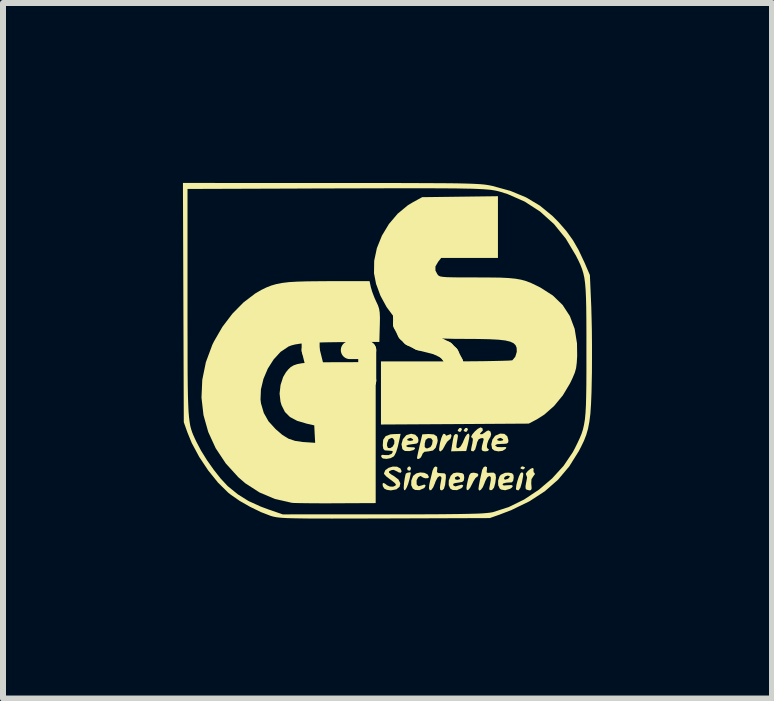
<source format=kicad_pcb>
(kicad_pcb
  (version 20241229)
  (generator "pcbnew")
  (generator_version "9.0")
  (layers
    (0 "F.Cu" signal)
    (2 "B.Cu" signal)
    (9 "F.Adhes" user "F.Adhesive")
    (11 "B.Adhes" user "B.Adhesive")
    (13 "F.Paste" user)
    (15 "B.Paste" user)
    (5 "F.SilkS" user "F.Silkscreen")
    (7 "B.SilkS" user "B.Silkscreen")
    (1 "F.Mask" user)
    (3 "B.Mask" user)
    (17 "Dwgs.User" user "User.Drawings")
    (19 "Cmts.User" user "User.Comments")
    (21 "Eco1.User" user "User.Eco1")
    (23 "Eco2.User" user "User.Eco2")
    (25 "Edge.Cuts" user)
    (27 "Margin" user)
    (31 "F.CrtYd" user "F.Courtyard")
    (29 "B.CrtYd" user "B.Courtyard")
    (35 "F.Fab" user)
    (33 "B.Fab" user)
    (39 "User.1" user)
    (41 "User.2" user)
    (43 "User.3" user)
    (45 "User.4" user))
  (footprint "GS"
    (layer "F.Cu")
    (at 3.326 2.75)
    (property "Reference" "GS" (at 0 0 0) (layer "F.SilkS") (effects (font (size 1.524 1.524) (thickness 0.3))))
    (attr board_only exclude_from_pos_files exclude_from_bom)
    (fp_poly (pts (xy 1.325 1.36) (xy 1.305 1.395) (xy 1.285 1.4) (xy 1.256 1.385) (xy 1.256 1.37) (xy 1.281 1.337) (xy 1.311 1.333)) (stroke (width 0) (type solid)) (fill yes) (layer "F.SilkS"))
    (fp_poly (pts (xy 1.425 1.36) (xy 1.405 1.395) (xy 1.385 1.4) (xy 1.356 1.385) (xy 1.356 1.37) (xy 1.381 1.337) (xy 1.411 1.333)) (stroke (width 0) (type solid)) (fill yes) (layer "F.SilkS"))
    (fp_poly (pts (xy 0.472 1.995) (xy 0.475 2.013) (xy 0.46 2.047) (xy 0.425 2.041) (xy 0.417 2.034) (xy 0.412 2.003) (xy 0.438 1.978) (xy 0.451 1.975)) (stroke (width 0) (type solid)) (fill yes) (layer "F.SilkS"))
    (fp_poly (pts (xy 2.371 1.988) (xy 2.375 2) (xy 2.355 2.022) (xy 2.337 2.025) (xy 2.304 2.011) (xy 2.3 2) (xy 2.32 1.978) (xy 2.337 1.975)) (stroke (width 0) (type solid)) (fill yes) (layer "F.SilkS"))
    (fp_poly (pts (xy 0.474 2.079) (xy 0.474 2.081) (xy 0.452 2.186) (xy 0.427 2.272) (xy 0.401 2.335) (xy 0.378 2.37) (xy 0.361 2.372) (xy 0.354 2.337) (xy 0.359 2.259) (xy 0.36 2.248) (xy 0.372 2.17) (xy 0.384 2.113) (xy 0.39 2.095) (xy 0.416 2.081) (xy 0.452 2.074)) (stroke (width 0) (type solid)) (fill yes) (layer "F.SilkS"))
    (fp_poly (pts (xy 2.339 2.079) (xy 2.348 2.097) (xy 2.344 2.141) (xy 2.329 2.22) (xy 2.323 2.249) (xy 2.299 2.331) (xy 2.271 2.372) (xy 2.26 2.375) (xy 2.228 2.362) (xy 2.225 2.352) (xy 2.232 2.289) (xy 2.251 2.214) (xy 2.275 2.142) (xy 2.299 2.091) (xy 2.317 2.075)) (stroke (width 0) (type solid)) (fill yes) (layer "F.SilkS"))
    (fp_poly (pts (xy 1.528 2.081) (xy 1.582 2.092) (xy 1.6 2.116) (xy 1.584 2.147) (xy 1.574 2.15) (xy 1.549 2.171) (xy 1.516 2.224) (xy 1.497 2.263) (xy 1.46 2.334) (xy 1.427 2.371) (xy 1.406 2.369) (xy 1.4 2.336) (xy 1.406 2.289) (xy 1.421 2.217) (xy 1.428 2.188) (xy 1.448 2.12) (xy 1.472 2.088) (xy 1.513 2.08)) (stroke (width 0) (type solid)) (fill yes) (layer "F.SilkS"))
    (fp_poly (pts (xy 1.047 1.438) (xy 1.05 1.449) (xy 1.063 1.464) (xy 1.1 1.45) (xy 1.138 1.436) (xy 1.15 1.459) (xy 1.15 1.471) (xy 1.132 1.519) (xy 1.111 1.534) (xy 1.077 1.566) (xy 1.042 1.624) (xy 1.036 1.637) (xy 1.004 1.694) (xy 0.972 1.724) (xy 0.966 1.725) (xy 0.948 1.716) (xy 0.944 1.684) (xy 0.954 1.617) (xy 0.96 1.583) (xy 0.981 1.505) (xy 1.004 1.449) (xy 1.019 1.431)) (stroke (width 0) (type solid)) (fill yes) (layer "F.SilkS"))
    (fp_poly (pts (xy 2.521 2.019) (xy 2.517 2.036) (xy 2.52 2.073) (xy 2.532 2.082) (xy 2.542 2.103) (xy 2.516 2.138) (xy 2.484 2.189) (xy 2.48 2.26) (xy 2.482 2.279) (xy 2.487 2.342) (xy 2.476 2.37) (xy 2.449 2.375) (xy 2.402 2.363) (xy 2.388 2.35) (xy 2.384 2.312) (xy 2.394 2.249) (xy 2.398 2.233) (xy 2.411 2.161) (xy 2.4 2.126) (xy 2.396 2.123) (xy 2.39 2.095) (xy 2.422 2.053) (xy 2.472 2.013) (xy 2.508 2.001)) (stroke (width 0) (type solid)) (fill yes) (layer "F.SilkS"))
    (fp_poly (pts (xy 1.45 1.453) (xy 1.45 1.462) (xy 1.444 1.511) (xy 1.429 1.584) (xy 1.423 1.611) (xy 1.396 1.719) (xy 1.27 1.721) (xy 1.144 1.724) (xy 1.162 1.609) (xy 1.175 1.532) (xy 1.188 1.472) (xy 1.193 1.458) (xy 1.218 1.435) (xy 1.249 1.44) (xy 1.259 1.466) (xy 1.253 1.503) (xy 1.242 1.567) (xy 1.239 1.583) (xy 1.231 1.645) (xy 1.239 1.67) (xy 1.266 1.671) (xy 1.304 1.641) (xy 1.341 1.575) (xy 1.349 1.552) (xy 1.38 1.483) (xy 1.411 1.439) (xy 1.437 1.427)) (stroke (width 0) (type solid)) (fill yes) (layer "F.SilkS"))
    (fp_poly (pts (xy 0.698 2.082) (xy 0.751 2.107) (xy 0.775 2.152) (xy 0.775 2.155) (xy 0.755 2.172) (xy 0.713 2.173) (xy 0.674 2.161) (xy 0.663 2.151) (xy 0.633 2.135) (xy 0.597 2.155) (xy 0.571 2.202) (xy 0.569 2.213) (xy 0.57 2.276) (xy 0.6 2.306) (xy 0.649 2.294) (xy 0.652 2.293) (xy 0.699 2.277) (xy 0.72 2.293) (xy 0.705 2.326) (xy 0.689 2.34) (xy 0.617 2.371) (xy 0.545 2.368) (xy 0.505 2.345) (xy 0.479 2.288) (xy 0.481 2.211) (xy 0.51 2.136) (xy 0.514 2.131) (xy 0.563 2.092) (xy 0.63 2.076)) (stroke (width 0) (type solid)) (fill yes) (layer "F.SilkS"))
    (fp_poly (pts (xy 1.743 1.989) (xy 1.741 2.033) (xy 1.736 2.073) (xy 1.758 2.084) (xy 1.8 2.08) (xy 1.856 2.08) (xy 1.885 2.106) (xy 1.892 2.165) (xy 1.881 2.25) (xy 1.859 2.33) (xy 1.828 2.367) (xy 1.816 2.371) (xy 1.786 2.37) (xy 1.78 2.344) (xy 1.789 2.296) (xy 1.805 2.209) (xy 1.807 2.16) (xy 1.792 2.14) (xy 1.776 2.138) (xy 1.746 2.16) (xy 1.714 2.22) (xy 1.701 2.256) (xy 1.673 2.322) (xy 1.641 2.365) (xy 1.615 2.379) (xy 1.601 2.358) (xy 1.601 2.344) (xy 1.607 2.297) (xy 1.624 2.207) (xy 1.654 2.072) (xy 1.663 2.031) (xy 1.688 1.987) (xy 1.716 1.975)) (stroke (width 0) (type solid)) (fill yes) (layer "F.SilkS"))
    (fp_poly (pts (xy 0.858 1.442) (xy 0.908 1.476) (xy 0.921 1.541) (xy 0.915 1.579) (xy 0.887 1.665) (xy 0.841 1.711) (xy 0.766 1.725) (xy 0.76 1.725) (xy 0.699 1.732) (xy 0.669 1.762) (xy 0.66 1.788) (xy 0.639 1.827) (xy 0.608 1.85) (xy 0.582 1.851) (xy 0.576 1.831) (xy 0.582 1.799) (xy 0.596 1.732) (xy 0.615 1.65) (xy 0.704 1.65) (xy 0.724 1.672) (xy 0.749 1.675) (xy 0.801 1.652) (xy 0.827 1.608) (xy 0.837 1.543) (xy 0.811 1.507) (xy 0.759 1.504) (xy 0.72 1.534) (xy 0.705 1.594) (xy 0.704 1.65) (xy 0.615 1.65) (xy 0.616 1.643) (xy 0.62 1.627) (xy 0.664 1.441) (xy 0.768 1.435)) (stroke (width 0) (type solid)) (fill yes) (layer "F.SilkS"))
    (fp_poly (pts (xy 2.161 2.09) (xy 2.184 2.118) (xy 2.188 2.163) (xy 2.178 2.217) (xy 2.156 2.241) (xy 2.108 2.244) (xy 2.062 2.247) (xy 2.015 2.259) (xy 2 2.278) (xy 2.022 2.294) (xy 2.087 2.289) (xy 2.087 2.289) (xy 2.151 2.286) (xy 2.175 2.302) (xy 2.155 2.331) (xy 2.127 2.349) (xy 2.046 2.373) (xy 1.977 2.361) (xy 1.955 2.345) (xy 1.929 2.289) (xy 1.928 2.214) (xy 1.941 2.174) (xy 2.025 2.174) (xy 2.041 2.198) (xy 2.086 2.184) (xy 2.099 2.176) (xy 2.122 2.149) (xy 2.119 2.136) (xy 2.083 2.129) (xy 2.043 2.146) (xy 2.025 2.174) (xy 1.941 2.174) (xy 1.951 2.143) (xy 1.973 2.115) (xy 2.044 2.082) (xy 2.104 2.079)) (stroke (width 0) (type solid)) (fill yes) (layer "F.SilkS"))
    (fp_poly (pts (xy 0.915 1.991) (xy 0.912 2.032) (xy 0.908 2.07) (xy 0.932 2.086) (xy 0.98 2.088) (xy 1.035 2.091) (xy 1.056 2.113) (xy 1.057 2.167) (xy 1.056 2.175) (xy 1.044 2.284) (xy 1.024 2.349) (xy 0.994 2.374) (xy 0.986 2.375) (xy 0.962 2.365) (xy 0.958 2.327) (xy 0.964 2.281) (xy 0.976 2.214) (xy 0.984 2.167) (xy 0.984 2.163) (xy 0.967 2.14) (xy 0.95 2.138) (xy 0.919 2.161) (xy 0.886 2.224) (xy 0.875 2.256) (xy 0.846 2.325) (xy 0.815 2.367) (xy 0.789 2.375) (xy 0.776 2.345) (xy 0.775 2.331) (xy 0.781 2.278) (xy 0.796 2.206) (xy 0.798 2.2) (xy 0.818 2.118) (xy 0.835 2.044) (xy 0.836 2.044) (xy 0.858 1.994) (xy 0.888 1.975)) (stroke (width 0) (type solid)) (fill yes) (layer "F.SilkS"))
    (fp_poly (pts (xy 1.271 2.08) (xy 1.332 2.089) (xy 1.357 2.112) (xy 1.363 2.161) (xy 1.356 2.211) (xy 1.328 2.235) (xy 1.275 2.244) (xy 1.207 2.254) (xy 1.179 2.267) (xy 1.181 2.289) (xy 1.186 2.297) (xy 1.219 2.309) (xy 1.263 2.295) (xy 1.319 2.28) (xy 1.346 2.291) (xy 1.336 2.32) (xy 1.314 2.34) (xy 1.242 2.371) (xy 1.17 2.368) (xy 1.13 2.345) (xy 1.104 2.287) (xy 1.106 2.21) (xy 1.123 2.169) (xy 1.206 2.169) (xy 1.218 2.194) (xy 1.25 2.2) (xy 1.29 2.188) (xy 1.294 2.169) (xy 1.263 2.14) (xy 1.25 2.138) (xy 1.212 2.157) (xy 1.206 2.169) (xy 1.123 2.169) (xy 1.136 2.135) (xy 1.14 2.129) (xy 1.181 2.089) (xy 1.24 2.078)) (stroke (width 0) (type solid)) (fill yes) (layer "F.SilkS"))
    (fp_poly (pts (xy 2.032 1.433) (xy 2.081 1.473) (xy 2.1 1.542) (xy 2.095 1.578) (xy 2.07 1.595) (xy 2.012 1.6) (xy 1.985 1.6) (xy 1.911 1.605) (xy 1.882 1.62) (xy 1.882 1.631) (xy 1.914 1.652) (xy 1.985 1.655) (xy 1.988 1.655) (xy 2.048 1.652) (xy 2.066 1.66) (xy 2.053 1.684) (xy 2.051 1.686) (xy 2.001 1.716) (xy 1.932 1.725) (xy 1.867 1.712) (xy 1.828 1.681) (xy 1.814 1.608) (xy 1.833 1.528) (xy 1.835 1.525) (xy 1.913 1.525) (xy 1.921 1.543) (xy 1.962 1.55) (xy 2.006 1.542) (xy 2.013 1.525) (xy 1.976 1.502) (xy 1.962 1.5) (xy 1.921 1.516) (xy 1.913 1.525) (xy 1.835 1.525) (xy 1.878 1.466) (xy 1.884 1.462) (xy 1.962 1.428)) (stroke (width 0) (type solid)) (fill yes) (layer "F.SilkS"))
    (fp_poly (pts (xy 0.545 1.446) (xy 0.589 1.49) (xy 0.6 1.536) (xy 0.594 1.575) (xy 0.567 1.595) (xy 0.506 1.604) (xy 0.494 1.605) (xy 0.431 1.615) (xy 0.397 1.63) (xy 0.395 1.637) (xy 0.422 1.653) (xy 0.478 1.656) (xy 0.479 1.656) (xy 0.533 1.658) (xy 0.544 1.68) (xy 0.544 1.681) (xy 0.515 1.704) (xy 0.456 1.719) (xy 0.443 1.72) (xy 0.374 1.718) (xy 0.337 1.692) (xy 0.331 1.683) (xy 0.317 1.604) (xy 0.339 1.525) (xy 0.412 1.525) (xy 0.421 1.543) (xy 0.463 1.55) (xy 0.506 1.542) (xy 0.512 1.525) (xy 0.476 1.502) (xy 0.463 1.5) (xy 0.421 1.516) (xy 0.412 1.525) (xy 0.339 1.525) (xy 0.34 1.522) (xy 0.392 1.46) (xy 0.404 1.452) (xy 0.478 1.431)) (stroke (width 0) (type solid)) (fill yes) (layer "F.SilkS"))
    (fp_poly (pts (xy 0.243 1.98) (xy 0.297 2.009) (xy 0.299 2.011) (xy 0.32 2.057) (xy 0.304 2.082) (xy 0.266 2.074) (xy 0.249 2.062) (xy 0.187 2.033) (xy 0.152 2.037) (xy 0.11 2.057) (xy 0.109 2.08) (xy 0.151 2.113) (xy 0.194 2.138) (xy 0.268 2.195) (xy 0.298 2.258) (xy 0.285 2.315) (xy 0.232 2.358) (xy 0.142 2.375) (xy 0.138 2.375) (xy 0.073 2.366) (xy 0.03 2.345) (xy 0.006 2.305) (xy 0.001 2.266) (xy 0.017 2.25) (xy 0.046 2.265) (xy 0.077 2.29) (xy 0.124 2.311) (xy 0.177 2.313) (xy 0.216 2.296) (xy 0.225 2.277) (xy 0.206 2.252) (xy 0.157 2.213) (xy 0.125 2.19) (xy 0.066 2.145) (xy 0.03 2.105) (xy 0.025 2.091) (xy 0.047 2.039) (xy 0.102 1.999) (xy 0.172 1.978)) (stroke (width 0) (type solid)) (fill yes) (layer "F.SilkS"))
    (fp_poly (pts (xy 0.287 1.51) (xy 0.256 1.646) (xy 0.227 1.74) (xy 0.197 1.798) (xy 0.185 1.811) (xy 0.135 1.838) (xy 0.069 1.85) (xy 0.011 1.844) (xy -0.008 1.833) (xy -0.026 1.799) (xy -0.002 1.782) (xy 0.04 1.786) (xy 0.101 1.787) (xy 0.153 1.765) (xy 0.175 1.729) (xy 0.175 1.728) (xy 0.153 1.717) (xy 0.1 1.712) (xy 0.094 1.712) (xy 0.039 1.708) (xy 0.014 1.683) (xy 0.005 1.627) (xy 0.075 1.627) (xy 0.091 1.667) (xy 0.13 1.671) (xy 0.17 1.645) (xy 0.197 1.596) (xy 0.198 1.543) (xy 0.175 1.507) (xy 0.153 1.5) (xy 0.103 1.522) (xy 0.078 1.585) (xy 0.075 1.627) (xy 0.005 1.627) (xy 0.005 1.625) (xy 0.012 1.531) (xy 0.053 1.471) (xy 0.133 1.441) (xy 0.186 1.437) (xy 0.302 1.433)) (stroke (width 0) (type solid)) (fill yes) (layer "F.SilkS"))
    (fp_poly (pts (xy 1.669 1.342) (xy 1.672 1.378) (xy 1.646 1.406) (xy 1.644 1.407) (xy 1.626 1.428) (xy 1.631 1.438) (xy 1.661 1.439) (xy 1.696 1.417) (xy 1.741 1.384) (xy 1.768 1.375) (xy 1.801 1.395) (xy 1.812 1.44) (xy 1.798 1.489) (xy 1.791 1.497) (xy 1.765 1.543) (xy 1.746 1.6) (xy 1.74 1.65) (xy 1.75 1.675) (xy 1.753 1.675) (xy 1.774 1.694) (xy 1.775 1.7) (xy 1.754 1.719) (xy 1.712 1.725) (xy 1.67 1.718) (xy 1.653 1.692) (xy 1.659 1.635) (xy 1.674 1.58) (xy 1.687 1.524) (xy 1.678 1.504) (xy 1.643 1.505) (xy 1.604 1.523) (xy 1.579 1.571) (xy 1.568 1.619) (xy 1.546 1.692) (xy 1.517 1.724) (xy 1.511 1.725) (xy 1.479 1.715) (xy 1.476 1.706) (xy 1.481 1.672) (xy 1.494 1.61) (xy 1.498 1.594) (xy 1.507 1.532) (xy 1.501 1.501) (xy 1.497 1.5) (xy 1.476 1.486) (xy 1.496 1.444) (xy 1.539 1.393) (xy 1.59 1.348) (xy 1.633 1.326) (xy 1.639 1.325)) (stroke (width 0) (type solid)) (fill yes) (layer "F.SilkS"))
    (fp_poly (pts (xy 1.925 -1.5) (xy 0.979 -1.5) (xy 0.927 -1.434) (xy 0.883 -1.358) (xy 0.883 -1.29) (xy 0.914 -1.231) (xy 0.927 -1.213) (xy 0.944 -1.2) (xy 0.971 -1.19) (xy 1.014 -1.184) (xy 1.079 -1.179) (xy 1.172 -1.177) (xy 1.3 -1.175) (xy 1.469 -1.175) (xy 1.572 -1.175) (xy 1.788 -1.174) (xy 1.962 -1.172) (xy 2.102 -1.165) (xy 2.216 -1.154) (xy 2.312 -1.137) (xy 2.398 -1.113) (xy 2.482 -1.08) (xy 2.572 -1.037) (xy 2.637 -1.004) (xy 2.841 -0.873) (xy 3.003 -0.716) (xy 3.124 -0.531) (xy 3.204 -0.318) (xy 3.243 -0.076) (xy 3.246 0.132) (xy 3.239 0.248) (xy 3.228 0.335) (xy 3.207 0.412) (xy 3.171 0.498) (xy 3.126 0.592) (xy 3.007 0.791) (xy 2.861 0.968) (xy 2.698 1.112) (xy 2.574 1.191) (xy 2.438 1.262) (xy 1.206 1.27) (xy -0.025 1.277) (xy -0.025 0.225) (xy 1.056 0.225) (xy 1.285 0.224) (xy 1.498 0.223) (xy 1.69 0.221) (xy 1.858 0.218) (xy 1.994 0.215) (xy 2.094 0.212) (xy 2.152 0.208) (xy 2.165 0.206) (xy 2.214 0.148) (xy 2.239 0.066) (xy 2.237 -0.001) (xy 2.22 -0.044) (xy 2.186 -0.078) (xy 2.131 -0.104) (xy 2.048 -0.124) (xy 1.935 -0.137) (xy 1.784 -0.145) (xy 1.593 -0.149) (xy 1.422 -0.15) (xy 1.202 -0.151) (xy 1.024 -0.156) (xy 0.881 -0.165) (xy 0.765 -0.179) (xy 0.669 -0.199) (xy 0.584 -0.226) (xy 0.504 -0.261) (xy 0.492 -0.267) (xy 0.339 -0.369) (xy 0.196 -0.51) (xy 0.069 -0.681) (xy -0.034 -0.871) (xy -0.107 -1.069) (xy -0.141 -1.244) (xy -0.138 -1.452) (xy -0.093 -1.664) (xy -0.009 -1.872) (xy 0.108 -2.066) (xy 0.253 -2.237) (xy 0.422 -2.377) (xy 0.505 -2.427) (xy 0.662 -2.513) (xy 1.925 -2.529)) (stroke (width 0) (type solid)) (fill yes) (layer "F.SilkS"))
    (fp_poly (pts (xy -0.194 -1.013) (xy -0.171 -0.935) (xy -0.134 -0.838) (xy -0.106 -0.776) (xy -0.075 -0.71) (xy -0.056 -0.652) (xy -0.046 -0.589) (xy -0.042 -0.506) (xy -0.044 -0.389) (xy -0.045 -0.369) (xy -0.052 -0.1) (xy -0.495 -0.098) (xy -0.749 -0.096) (xy -0.959 -0.093) (xy -1.129 -0.088) (xy -1.265 -0.08) (xy -1.371 -0.071) (xy -1.454 -0.058) (xy -1.517 -0.042) (xy -1.567 -0.023) (xy -1.568 -0.022) (xy -1.699 0.066) (xy -1.815 0.193) (xy -1.912 0.346) (xy -1.984 0.516) (xy -2.026 0.691) (xy -2.033 0.86) (xy -2.025 0.925) (xy -1.978 1.085) (xy -1.9 1.223) (xy -1.781 1.354) (xy -1.668 1.451) (xy -1.565 1.514) (xy -1.456 1.55) (xy -1.324 1.569) (xy -1.305 1.57) (xy -1.122 1.582) (xy -1.13 1.436) (xy -1.137 1.291) (xy -1.262 1.263) (xy -1.423 1.215) (xy -1.542 1.152) (xy -1.626 1.068) (xy -1.682 0.956) (xy -1.7 0.896) (xy -1.715 0.762) (xy -1.699 0.618) (xy -1.656 0.485) (xy -1.609 0.406) (xy -1.57 0.358) (xy -1.53 0.32) (xy -1.482 0.291) (xy -1.421 0.27) (xy -1.34 0.255) (xy -1.232 0.246) (xy -1.093 0.241) (xy -0.914 0.239) (xy -0.738 0.238) (xy -0.113 0.237) (xy -0.113 2.587) (xy -0.775 2.59) (xy -0.956 2.591) (xy -1.124 2.59) (xy -1.271 2.589) (xy -1.39 2.587) (xy -1.474 2.585) (xy -1.512 2.582) (xy -1.791 2.519) (xy -2.049 2.41) (xy -2.285 2.258) (xy -2.401 2.158) (xy -2.612 1.926) (xy -2.78 1.673) (xy -2.904 1.403) (xy -2.984 1.119) (xy -3.017 0.828) (xy -3.004 0.532) (xy -2.944 0.238) (xy -2.836 -0.053) (xy -2.809 -0.108) (xy -2.669 -0.35) (xy -2.503 -0.569) (xy -2.318 -0.757) (xy -2.122 -0.907) (xy -2.021 -0.966) (xy -1.937 -1.007) (xy -1.856 -1.039) (xy -1.77 -1.064) (xy -1.673 -1.083) (xy -1.558 -1.097) (xy -1.418 -1.105) (xy -1.246 -1.11) (xy -1.035 -1.112) (xy -0.889 -1.113) (xy -0.215 -1.113)) (stroke (width 0) (type solid)) (fill yes) (layer "F.SilkS"))
    (fp_poly (pts (xy -0.857 -2.749) (xy -0.45 -2.749) (xy -0.089 -2.749) (xy 0.227 -2.749) (xy 0.503 -2.748) (xy 0.742 -2.747) (xy 0.947 -2.746) (xy 1.121 -2.745) (xy 1.267 -2.743) (xy 1.389 -2.74) (xy 1.489 -2.737) (xy 1.571 -2.733) (xy 1.638 -2.729) (xy 1.693 -2.724) (xy 1.739 -2.718) (xy 1.78 -2.711) (xy 1.819 -2.703) (xy 1.837 -2.699) (xy 2.135 -2.617) (xy 2.395 -2.509) (xy 2.627 -2.37) (xy 2.837 -2.197) (xy 2.938 -2.095) (xy 3.069 -1.944) (xy 3.176 -1.795) (xy 3.27 -1.631) (xy 3.362 -1.436) (xy 3.369 -1.421) (xy 3.458 -1.214) (xy 3.481 -0.688) (xy 3.486 -0.506) (xy 3.491 -0.289) (xy 3.493 -0.054) (xy 3.493 0.184) (xy 3.492 0.41) (xy 3.49 0.5) (xy 3.485 0.739) (xy 3.477 0.935) (xy 3.466 1.097) (xy 3.449 1.232) (xy 3.427 1.347) (xy 3.397 1.451) (xy 3.358 1.551) (xy 3.308 1.654) (xy 3.273 1.721) (xy 3.114 1.975) (xy 2.927 2.197) (xy 2.707 2.39) (xy 2.45 2.557) (xy 2.152 2.702) (xy 1.95 2.78) (xy 1.788 2.837) (xy 0.037 2.843) (xy -0.302 2.844) (xy -0.595 2.844) (xy -0.845 2.845) (xy -1.057 2.844) (xy -1.234 2.844) (xy -1.379 2.842) (xy -1.497 2.84) (xy -1.591 2.837) (xy -1.666 2.833) (xy -1.724 2.828) (xy -1.77 2.822) (xy -1.807 2.815) (xy -1.839 2.807) (xy -1.863 2.8) (xy -2.029 2.736) (xy -2.207 2.649) (xy -2.379 2.551) (xy -2.526 2.449) (xy -2.572 2.413) (xy -2.742 2.245) (xy -2.906 2.041) (xy -3.055 1.817) (xy -3.179 1.586) (xy -3.252 1.408) (xy -3.312 1.238) (xy -3.319 -0.756) (xy -3.326 -2.65) (xy -3.25 -2.65) (xy -3.25 -0.756) (xy -3.25 -0.393) (xy -3.249 -0.077) (xy -3.249 0.197) (xy -3.248 0.433) (xy -3.246 0.633) (xy -3.243 0.801) (xy -3.238 0.942) (xy -3.233 1.058) (xy -3.225 1.154) (xy -3.215 1.233) (xy -3.204 1.3) (xy -3.189 1.356) (xy -3.172 1.408) (xy -3.152 1.457) (xy -3.129 1.508) (xy -3.103 1.563) (xy -3.024 1.713) (xy -2.924 1.874) (xy -2.811 2.034) (xy -2.697 2.178) (xy -2.591 2.292) (xy -2.577 2.306) (xy -2.411 2.441) (xy -2.234 2.552) (xy -2.029 2.645) (xy -1.906 2.691) (xy -1.663 2.775) (xy 0.013 2.774) (xy 0.355 2.774) (xy 0.651 2.774) (xy 0.904 2.773) (xy 1.119 2.771) (xy 1.298 2.769) (xy 1.445 2.766) (xy 1.564 2.763) (xy 1.658 2.759) (xy 1.732 2.753) (xy 1.788 2.747) (xy 1.831 2.74) (xy 1.844 2.737) (xy 2.105 2.653) (xy 2.362 2.527) (xy 2.606 2.365) (xy 2.828 2.176) (xy 3.02 1.965) (xy 3.173 1.738) (xy 3.209 1.67) (xy 3.252 1.583) (xy 3.288 1.506) (xy 3.318 1.434) (xy 3.342 1.36) (xy 3.36 1.281) (xy 3.375 1.19) (xy 3.385 1.083) (xy 3.392 0.954) (xy 3.396 0.797) (xy 3.399 0.607) (xy 3.4 0.379) (xy 3.4 0.108) (xy 3.4 0.038) (xy 3.4 -0.241) (xy 3.399 -0.477) (xy 3.397 -0.673) (xy 3.393 -0.834) (xy 3.387 -0.967) (xy 3.378 -1.076) (xy 3.366 -1.166) (xy 3.349 -1.244) (xy 3.328 -1.313) (xy 3.302 -1.38) (xy 3.27 -1.45) (xy 3.231 -1.527) (xy 3.225 -1.539) (xy 3.057 -1.821) (xy 2.858 -2.066) (xy 2.628 -2.273) (xy 2.371 -2.439) (xy 2.09 -2.563) (xy 1.957 -2.605) (xy 1.922 -2.614) (xy 1.886 -2.622) (xy 1.846 -2.629) (xy 1.799 -2.636) (xy 1.742 -2.641) (xy 1.674 -2.646) (xy 1.591 -2.65) (xy 1.49 -2.654) (xy 1.369 -2.656) (xy 1.224 -2.659) (xy 1.055 -2.66) (xy 0.856 -2.661) (xy 0.627 -2.662) (xy 0.364 -2.662) (xy 0.064 -2.661) (xy -0.276 -2.66) (xy -0.657 -2.659) (xy -1.083 -2.658) (xy -1.519 -2.656) (xy -3.25 -2.65) (xy -3.326 -2.65) (xy -3.326 -2.75)) (stroke (width 0) (type solid)) (fill yes) (layer "F.SilkS")))
  (gr_rect
    (start -3 -3)
    (end 9.82 8.595)
    (stroke (width 0.1) (type default))
    (fill no)
    (layer "Edge.Cuts")))
</source>
